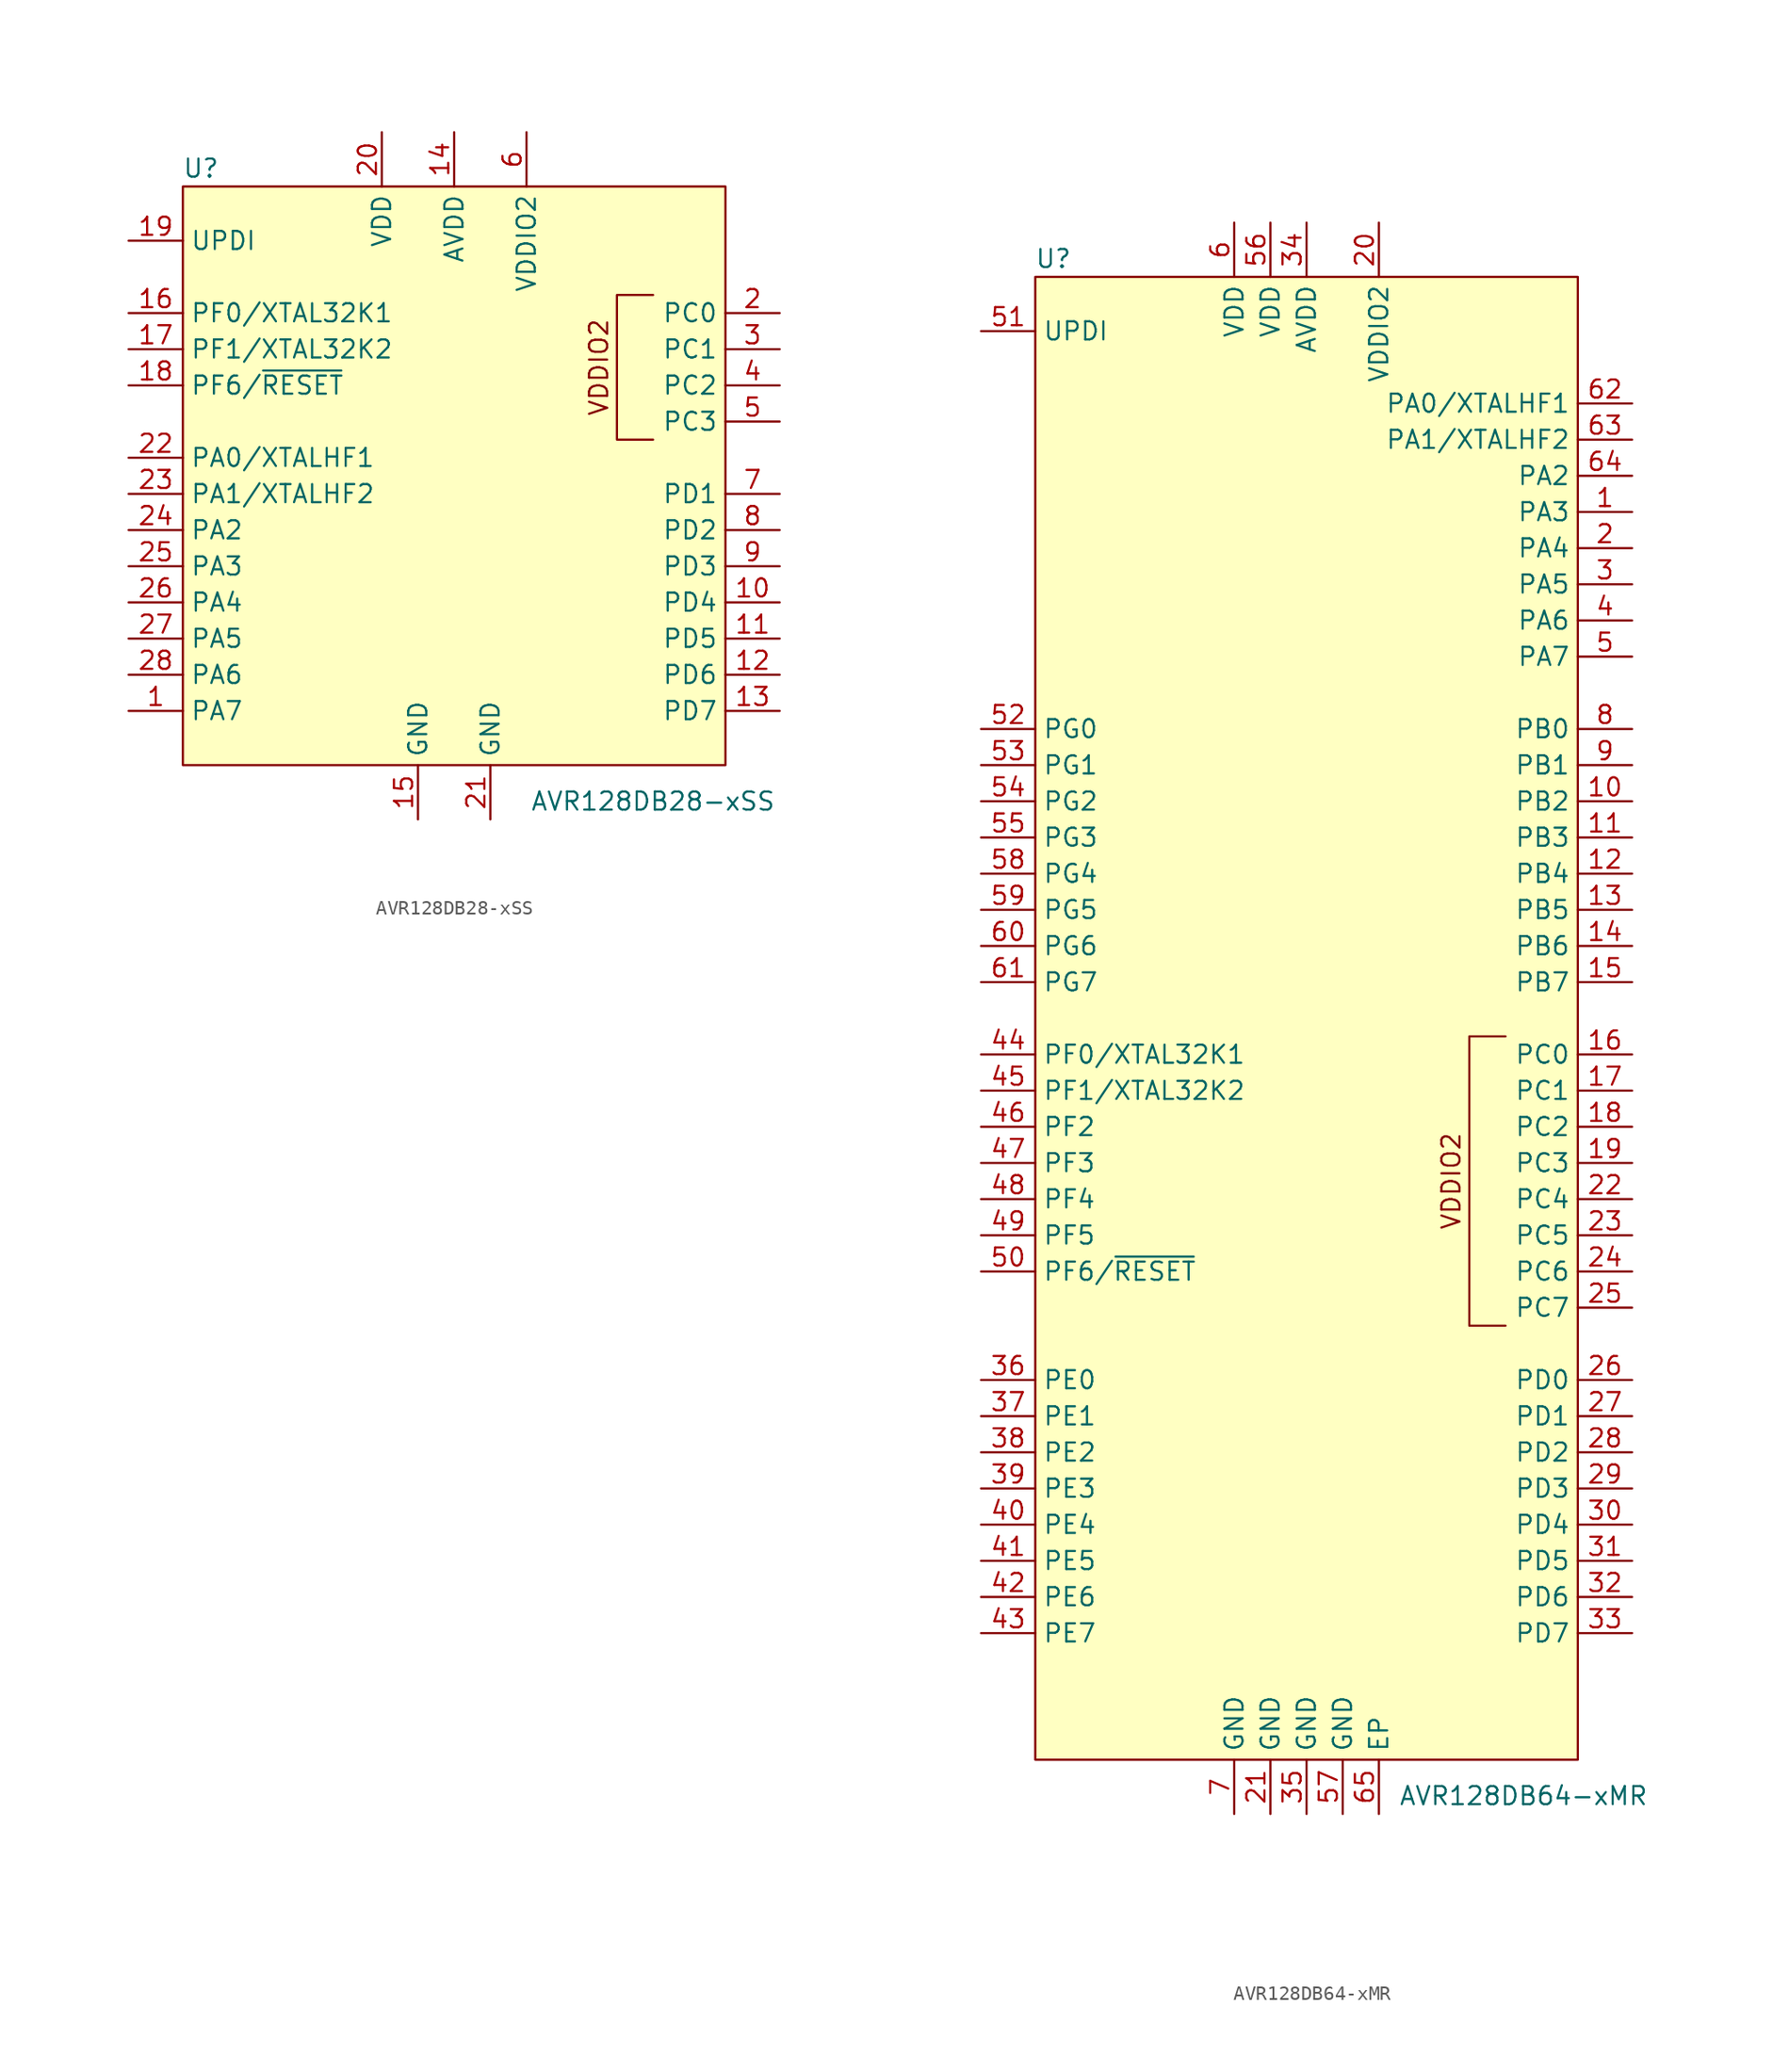
<source format=kicad_sym>
(kicad_symbol_lib
  (version 20211014)
  (generator kicad_symbol_editor)
  (symbol "AVR128DB28-xSS"
    (property "Reference" "U"
      (at -17.78 20.32 0)
      (effects (font (size 1.27 1.27))))
    (property "Value" "AVR128DB28-xSS"
      (at 13.97 -24.13 0)
      (effects (font (size 1.27 1.27))))
    (symbol "AVR128DB28-xSS_0_0"
      (text "VDDIO2" (at 10.16 6.35 900) (effects (font (size 1.27 1.27)))))
    (symbol "AVR128DB28-xSS_0_1"
      (rectangle (start -19.05 19.05) (end 19.05 -21.59) (stroke (width 0) (type default) (color 0 0 0 0)) (fill (type background)))
      (polyline (pts (xy 13.97 11.43) (xy 11.43 11.43) (xy 11.43 1.27) (xy 13.97 1.27)) (stroke (width 0) (type default) (color 0 0 0 0)) (fill (type none))))
    (symbol "AVR128DB28-xSS_1_1"
      (pin bidirectional line (at -22.86 -17.78 0) (length 3.81) (name "PA7" (effects (font (size 1.27 1.27)))) (number "1" (effects (font (size 1.27 1.27)))))
      (pin bidirectional line (at 22.86 -10.16 180) (length 3.81) (name "PD4" (effects (font (size 1.27 1.27)))) (number "10" (effects (font (size 1.27 1.27)))))
      (pin bidirectional line (at 22.86 -12.7 180) (length 3.81) (name "PD5" (effects (font (size 1.27 1.27)))) (number "11" (effects (font (size 1.27 1.27)))))
      (pin bidirectional line (at 22.86 -15.24 180) (length 3.81) (name "PD6" (effects (font (size 1.27 1.27)))) (number "12" (effects (font (size 1.27 1.27)))))
      (pin bidirectional line (at 22.86 -17.78 180) (length 3.81) (name "PD7" (effects (font (size 1.27 1.27)))) (number "13" (effects (font (size 1.27 1.27)))))
      (pin power_in line (at 0 22.86 270) (length 3.81) (name "AVDD" (effects (font (size 1.27 1.27)))) (number "14" (effects (font (size 1.27 1.27)))))
      (pin power_in line (at -2.54 -25.4 90) (length 3.81) (name "GND" (effects (font (size 1.27 1.27)))) (number "15" (effects (font (size 1.27 1.27)))))
      (pin bidirectional line (at -22.86 10.16 0) (length 3.81) (name "PF0/XTAL32K1" (effects (font (size 1.27 1.27)))) (number "16" (effects (font (size 1.27 1.27)))))
      (pin bidirectional line (at -22.86 7.62 0) (length 3.81) (name "PF1/XTAL32K2" (effects (font (size 1.27 1.27)))) (number "17" (effects (font (size 1.27 1.27)))))
      (pin input line (at -22.86 5.08 0) (length 3.81) (name "PF6/~{RESET}" (effects (font (size 1.27 1.27)))) (number "18" (effects (font (size 1.27 1.27)))))
      (pin bidirectional line (at -22.86 15.24 0) (length 3.81) (name "UPDI" (effects (font (size 1.27 1.27)))) (number "19" (effects (font (size 1.27 1.27)))))
      (pin bidirectional line (at 22.86 10.16 180) (length 3.81) (name "PC0" (effects (font (size 1.27 1.27)))) (number "2" (effects (font (size 1.27 1.27)))))
      (pin power_in line (at -5.08 22.86 270) (length 3.81) (name "VDD" (effects (font (size 1.27 1.27)))) (number "20" (effects (font (size 1.27 1.27)))))
      (pin power_in line (at 2.54 -25.4 90) (length 3.81) (name "GND" (effects (font (size 1.27 1.27)))) (number "21" (effects (font (size 1.27 1.27)))))
      (pin bidirectional line (at -22.86 0 0) (length 3.81) (name "PA0/XTALHF1" (effects (font (size 1.27 1.27)))) (number "22" (effects (font (size 1.27 1.27)))))
      (pin bidirectional line (at -22.86 -2.54 0) (length 3.81) (name "PA1/XTALHF2" (effects (font (size 1.27 1.27)))) (number "23" (effects (font (size 1.27 1.27)))))
      (pin bidirectional line (at -22.86 -5.08 0) (length 3.81) (name "PA2" (effects (font (size 1.27 1.27)))) (number "24" (effects (font (size 1.27 1.27)))))
      (pin bidirectional line (at -22.86 -7.62 0) (length 3.81) (name "PA3" (effects (font (size 1.27 1.27)))) (number "25" (effects (font (size 1.27 1.27)))))
      (pin bidirectional line (at -22.86 -10.16 0) (length 3.81) (name "PA4" (effects (font (size 1.27 1.27)))) (number "26" (effects (font (size 1.27 1.27)))))
      (pin bidirectional line (at -22.86 -12.7 0) (length 3.81) (name "PA5" (effects (font (size 1.27 1.27)))) (number "27" (effects (font (size 1.27 1.27)))))
      (pin bidirectional line (at -22.86 -15.24 0) (length 3.81) (name "PA6" (effects (font (size 1.27 1.27)))) (number "28" (effects (font (size 1.27 1.27)))))
      (pin bidirectional line (at 22.86 7.62 180) (length 3.81) (name "PC1" (effects (font (size 1.27 1.27)))) (number "3" (effects (font (size 1.27 1.27)))))
      (pin bidirectional line (at 22.86 5.08 180) (length 3.81) (name "PC2" (effects (font (size 1.27 1.27)))) (number "4" (effects (font (size 1.27 1.27)))))
      (pin bidirectional line (at 22.86 2.54 180) (length 3.81) (name "PC3" (effects (font (size 1.27 1.27)))) (number "5" (effects (font (size 1.27 1.27)))))
      (pin power_in line (at 5.08 22.86 270) (length 3.81) (name "VDDIO2" (effects (font (size 1.27 1.27)))) (number "6" (effects (font (size 1.27 1.27)))))
      (pin bidirectional line (at 22.86 -2.54 180) (length 3.81) (name "PD1" (effects (font (size 1.27 1.27)))) (number "7" (effects (font (size 1.27 1.27)))))
      (pin bidirectional line (at 22.86 -5.08 180) (length 3.81) (name "PD2" (effects (font (size 1.27 1.27)))) (number "8" (effects (font (size 1.27 1.27)))))
      (pin bidirectional line (at 22.86 -7.62 180) (length 3.81) (name "PD3" (effects (font (size 1.27 1.27)))) (number "9" (effects (font (size 1.27 1.27)))))))
  (symbol "AVR128DB64-xMR"
    (property "Reference" "U"
      (at -17.78 53.34 0)
      (effects (font (size 1.27 1.27))))
    (property "Value" "AVR128DB64-xMR"
      (at 15.24 -54.61 0)
      (effects (font (size 1.27 1.27))))
    (symbol "AVR128DB64-xMR_0_0"
      (text "VDDIO2" (at 10.16 -11.43 900) (effects (font (size 1.27 1.27)))))
    (symbol "AVR128DB64-xMR_0_1"
      (rectangle (start -19.05 52.07) (end 19.05 -52.07) (stroke (width 0) (type default) (color 0 0 0 0)) (fill (type background)))
      (polyline (pts (xy 13.97 -1.27) (xy 11.43 -1.27) (xy 11.43 -21.59) (xy 13.97 -21.59)) (stroke (width 0) (type default) (color 0 0 0 0)) (fill (type none))))
    (symbol "AVR128DB64-xMR_1_1"
      (pin bidirectional line (at 22.86 35.56 180) (length 3.81) (name "PA3" (effects (font (size 1.27 1.27)))) (number "1" (effects (font (size 1.27 1.27)))))
      (pin bidirectional line (at 22.86 15.24 180) (length 3.81) (name "PB2" (effects (font (size 1.27 1.27)))) (number "10" (effects (font (size 1.27 1.27)))))
      (pin bidirectional line (at 22.86 12.7 180) (length 3.81) (name "PB3" (effects (font (size 1.27 1.27)))) (number "11" (effects (font (size 1.27 1.27)))))
      (pin bidirectional line (at 22.86 10.16 180) (length 3.81) (name "PB4" (effects (font (size 1.27 1.27)))) (number "12" (effects (font (size 1.27 1.27)))))
      (pin bidirectional line (at 22.86 7.62 180) (length 3.81) (name "PB5" (effects (font (size 1.27 1.27)))) (number "13" (effects (font (size 1.27 1.27)))))
      (pin bidirectional line (at 22.86 5.08 180) (length 3.81) (name "PB6" (effects (font (size 1.27 1.27)))) (number "14" (effects (font (size 1.27 1.27)))))
      (pin bidirectional line (at 22.86 2.54 180) (length 3.81) (name "PB7" (effects (font (size 1.27 1.27)))) (number "15" (effects (font (size 1.27 1.27)))))
      (pin bidirectional line (at 22.86 -2.54 180) (length 3.81) (name "PC0" (effects (font (size 1.27 1.27)))) (number "16" (effects (font (size 1.27 1.27)))))
      (pin bidirectional line (at 22.86 -5.08 180) (length 3.81) (name "PC1" (effects (font (size 1.27 1.27)))) (number "17" (effects (font (size 1.27 1.27)))))
      (pin bidirectional line (at 22.86 -7.62 180) (length 3.81) (name "PC2" (effects (font (size 1.27 1.27)))) (number "18" (effects (font (size 1.27 1.27)))))
      (pin bidirectional line (at 22.86 -10.16 180) (length 3.81) (name "PC3" (effects (font (size 1.27 1.27)))) (number "19" (effects (font (size 1.27 1.27)))))
      (pin bidirectional line (at 22.86 33.02 180) (length 3.81) (name "PA4" (effects (font (size 1.27 1.27)))) (number "2" (effects (font (size 1.27 1.27)))))
      (pin power_in line (at 5.08 55.88 270) (length 3.81) (name "VDDIO2" (effects (font (size 1.27 1.27)))) (number "20" (effects (font (size 1.27 1.27)))))
      (pin power_in line (at -2.54 -55.88 90) (length 3.81) (name "GND" (effects (font (size 1.27 1.27)))) (number "21" (effects (font (size 1.27 1.27)))))
      (pin bidirectional line (at 22.86 -12.7 180) (length 3.81) (name "PC4" (effects (font (size 1.27 1.27)))) (number "22" (effects (font (size 1.27 1.27)))))
      (pin bidirectional line (at 22.86 -15.24 180) (length 3.81) (name "PC5" (effects (font (size 1.27 1.27)))) (number "23" (effects (font (size 1.27 1.27)))))
      (pin bidirectional line (at 22.86 -17.78 180) (length 3.81) (name "PC6" (effects (font (size 1.27 1.27)))) (number "24" (effects (font (size 1.27 1.27)))))
      (pin bidirectional line (at 22.86 -20.32 180) (length 3.81) (name "PC7" (effects (font (size 1.27 1.27)))) (number "25" (effects (font (size 1.27 1.27)))))
      (pin bidirectional line (at 22.86 -25.4 180) (length 3.81) (name "PD0" (effects (font (size 1.27 1.27)))) (number "26" (effects (font (size 1.27 1.27)))))
      (pin bidirectional line (at 22.86 -27.94 180) (length 3.81) (name "PD1" (effects (font (size 1.27 1.27)))) (number "27" (effects (font (size 1.27 1.27)))))
      (pin bidirectional line (at 22.86 -30.48 180) (length 3.81) (name "PD2" (effects (font (size 1.27 1.27)))) (number "28" (effects (font (size 1.27 1.27)))))
      (pin bidirectional line (at 22.86 -33.02 180) (length 3.81) (name "PD3" (effects (font (size 1.27 1.27)))) (number "29" (effects (font (size 1.27 1.27)))))
      (pin bidirectional line (at 22.86 30.48 180) (length 3.81) (name "PA5" (effects (font (size 1.27 1.27)))) (number "3" (effects (font (size 1.27 1.27)))))
      (pin bidirectional line (at 22.86 -35.56 180) (length 3.81) (name "PD4" (effects (font (size 1.27 1.27)))) (number "30" (effects (font (size 1.27 1.27)))))
      (pin bidirectional line (at 22.86 -38.1 180) (length 3.81) (name "PD5" (effects (font (size 1.27 1.27)))) (number "31" (effects (font (size 1.27 1.27)))))
      (pin bidirectional line (at 22.86 -40.64 180) (length 3.81) (name "PD6" (effects (font (size 1.27 1.27)))) (number "32" (effects (font (size 1.27 1.27)))))
      (pin bidirectional line (at 22.86 -43.18 180) (length 3.81) (name "PD7" (effects (font (size 1.27 1.27)))) (number "33" (effects (font (size 1.27 1.27)))))
      (pin power_in line (at 0 55.88 270) (length 3.81) (name "AVDD" (effects (font (size 1.27 1.27)))) (number "34" (effects (font (size 1.27 1.27)))))
      (pin power_in line (at 0 -55.88 90) (length 3.81) (name "GND" (effects (font (size 1.27 1.27)))) (number "35" (effects (font (size 1.27 1.27)))))
      (pin bidirectional line (at -22.86 -25.4 0) (length 3.81) (name "PE0" (effects (font (size 1.27 1.27)))) (number "36" (effects (font (size 1.27 1.27)))))
      (pin bidirectional line (at -22.86 -27.94 0) (length 3.81) (name "PE1" (effects (font (size 1.27 1.27)))) (number "37" (effects (font (size 1.27 1.27)))))
      (pin bidirectional line (at -22.86 -30.48 0) (length 3.81) (name "PE2" (effects (font (size 1.27 1.27)))) (number "38" (effects (font (size 1.27 1.27)))))
      (pin bidirectional line (at -22.86 -33.02 0) (length 3.81) (name "PE3" (effects (font (size 1.27 1.27)))) (number "39" (effects (font (size 1.27 1.27)))))
      (pin bidirectional line (at 22.86 27.94 180) (length 3.81) (name "PA6" (effects (font (size 1.27 1.27)))) (number "4" (effects (font (size 1.27 1.27)))))
      (pin bidirectional line (at -22.86 -35.56 0) (length 3.81) (name "PE4" (effects (font (size 1.27 1.27)))) (number "40" (effects (font (size 1.27 1.27)))))
      (pin bidirectional line (at -22.86 -38.1 0) (length 3.81) (name "PE5" (effects (font (size 1.27 1.27)))) (number "41" (effects (font (size 1.27 1.27)))))
      (pin bidirectional line (at -22.86 -40.64 0) (length 3.81) (name "PE6" (effects (font (size 1.27 1.27)))) (number "42" (effects (font (size 1.27 1.27)))))
      (pin bidirectional line (at -22.86 -43.18 0) (length 3.81) (name "PE7" (effects (font (size 1.27 1.27)))) (number "43" (effects (font (size 1.27 1.27)))))
      (pin bidirectional line (at -22.86 -2.54 0) (length 3.81) (name "PF0/XTAL32K1" (effects (font (size 1.27 1.27)))) (number "44" (effects (font (size 1.27 1.27)))))
      (pin bidirectional line (at -22.86 -5.08 0) (length 3.81) (name "PF1/XTAL32K2" (effects (font (size 1.27 1.27)))) (number "45" (effects (font (size 1.27 1.27)))))
      (pin bidirectional line (at -22.86 -7.62 0) (length 3.81) (name "PF2" (effects (font (size 1.27 1.27)))) (number "46" (effects (font (size 1.27 1.27)))))
      (pin bidirectional line (at -22.86 -10.16 0) (length 3.81) (name "PF3" (effects (font (size 1.27 1.27)))) (number "47" (effects (font (size 1.27 1.27)))))
      (pin bidirectional line (at -22.86 -12.7 0) (length 3.81) (name "PF4" (effects (font (size 1.27 1.27)))) (number "48" (effects (font (size 1.27 1.27)))))
      (pin bidirectional line (at -22.86 -15.24 0) (length 3.81) (name "PF5" (effects (font (size 1.27 1.27)))) (number "49" (effects (font (size 1.27 1.27)))))
      (pin bidirectional line (at 22.86 25.4 180) (length 3.81) (name "PA7" (effects (font (size 1.27 1.27)))) (number "5" (effects (font (size 1.27 1.27)))))
      (pin input line (at -22.86 -17.78 0) (length 3.81) (name "PF6/~{RESET}" (effects (font (size 1.27 1.27)))) (number "50" (effects (font (size 1.27 1.27)))))
      (pin bidirectional line (at -22.86 48.26 0) (length 3.81) (name "UPDI" (effects (font (size 1.27 1.27)))) (number "51" (effects (font (size 1.27 1.27)))))
      (pin bidirectional line (at -22.86 20.32 0) (length 3.81) (name "PG0" (effects (font (size 1.27 1.27)))) (number "52" (effects (font (size 1.27 1.27)))))
      (pin bidirectional line (at -22.86 17.78 0) (length 3.81) (name "PG1" (effects (font (size 1.27 1.27)))) (number "53" (effects (font (size 1.27 1.27)))))
      (pin bidirectional line (at -22.86 15.24 0) (length 3.81) (name "PG2" (effects (font (size 1.27 1.27)))) (number "54" (effects (font (size 1.27 1.27)))))
      (pin bidirectional line (at -22.86 12.7 0) (length 3.81) (name "PG3" (effects (font (size 1.27 1.27)))) (number "55" (effects (font (size 1.27 1.27)))))
      (pin power_in line (at -2.54 55.88 270) (length 3.81) (name "VDD" (effects (font (size 1.27 1.27)))) (number "56" (effects (font (size 1.27 1.27)))))
      (pin power_in line (at 2.54 -55.88 90) (length 3.81) (name "GND" (effects (font (size 1.27 1.27)))) (number "57" (effects (font (size 1.27 1.27)))))
      (pin bidirectional line (at -22.86 10.16 0) (length 3.81) (name "PG4" (effects (font (size 1.27 1.27)))) (number "58" (effects (font (size 1.27 1.27)))))
      (pin bidirectional line (at -22.86 7.62 0) (length 3.81) (name "PG5" (effects (font (size 1.27 1.27)))) (number "59" (effects (font (size 1.27 1.27)))))
      (pin power_in line (at -5.08 55.88 270) (length 3.81) (name "VDD" (effects (font (size 1.27 1.27)))) (number "6" (effects (font (size 1.27 1.27)))))
      (pin bidirectional line (at -22.86 5.08 0) (length 3.81) (name "PG6" (effects (font (size 1.27 1.27)))) (number "60" (effects (font (size 1.27 1.27)))))
      (pin bidirectional line (at -22.86 2.54 0) (length 3.81) (name "PG7" (effects (font (size 1.27 1.27)))) (number "61" (effects (font (size 1.27 1.27)))))
      (pin bidirectional line (at 22.86 43.18 180) (length 3.81) (name "PA0/XTALHF1" (effects (font (size 1.27 1.27)))) (number "62" (effects (font (size 1.27 1.27)))))
      (pin bidirectional line (at 22.86 40.64 180) (length 3.81) (name "PA1/XTALHF2" (effects (font (size 1.27 1.27)))) (number "63" (effects (font (size 1.27 1.27)))))
      (pin bidirectional line (at 22.86 38.1 180) (length 3.81) (name "PA2" (effects (font (size 1.27 1.27)))) (number "64" (effects (font (size 1.27 1.27)))))
      (pin power_in line (at 5.08 -55.88 90) (length 3.81) (name "EP" (effects (font (size 1.27 1.27)))) (number "65" (effects (font (size 1.27 1.27)))))
      (pin power_in line (at -5.08 -55.88 90) (length 3.81) (name "GND" (effects (font (size 1.27 1.27)))) (number "7" (effects (font (size 1.27 1.27)))))
      (pin bidirectional line (at 22.86 20.32 180) (length 3.81) (name "PB0" (effects (font (size 1.27 1.27)))) (number "8" (effects (font (size 1.27 1.27)))))
      (pin bidirectional line (at 22.86 17.78 180) (length 3.81) (name "PB1" (effects (font (size 1.27 1.27)))) (number "9" (effects (font (size 1.27 1.27))))))))
</source>
